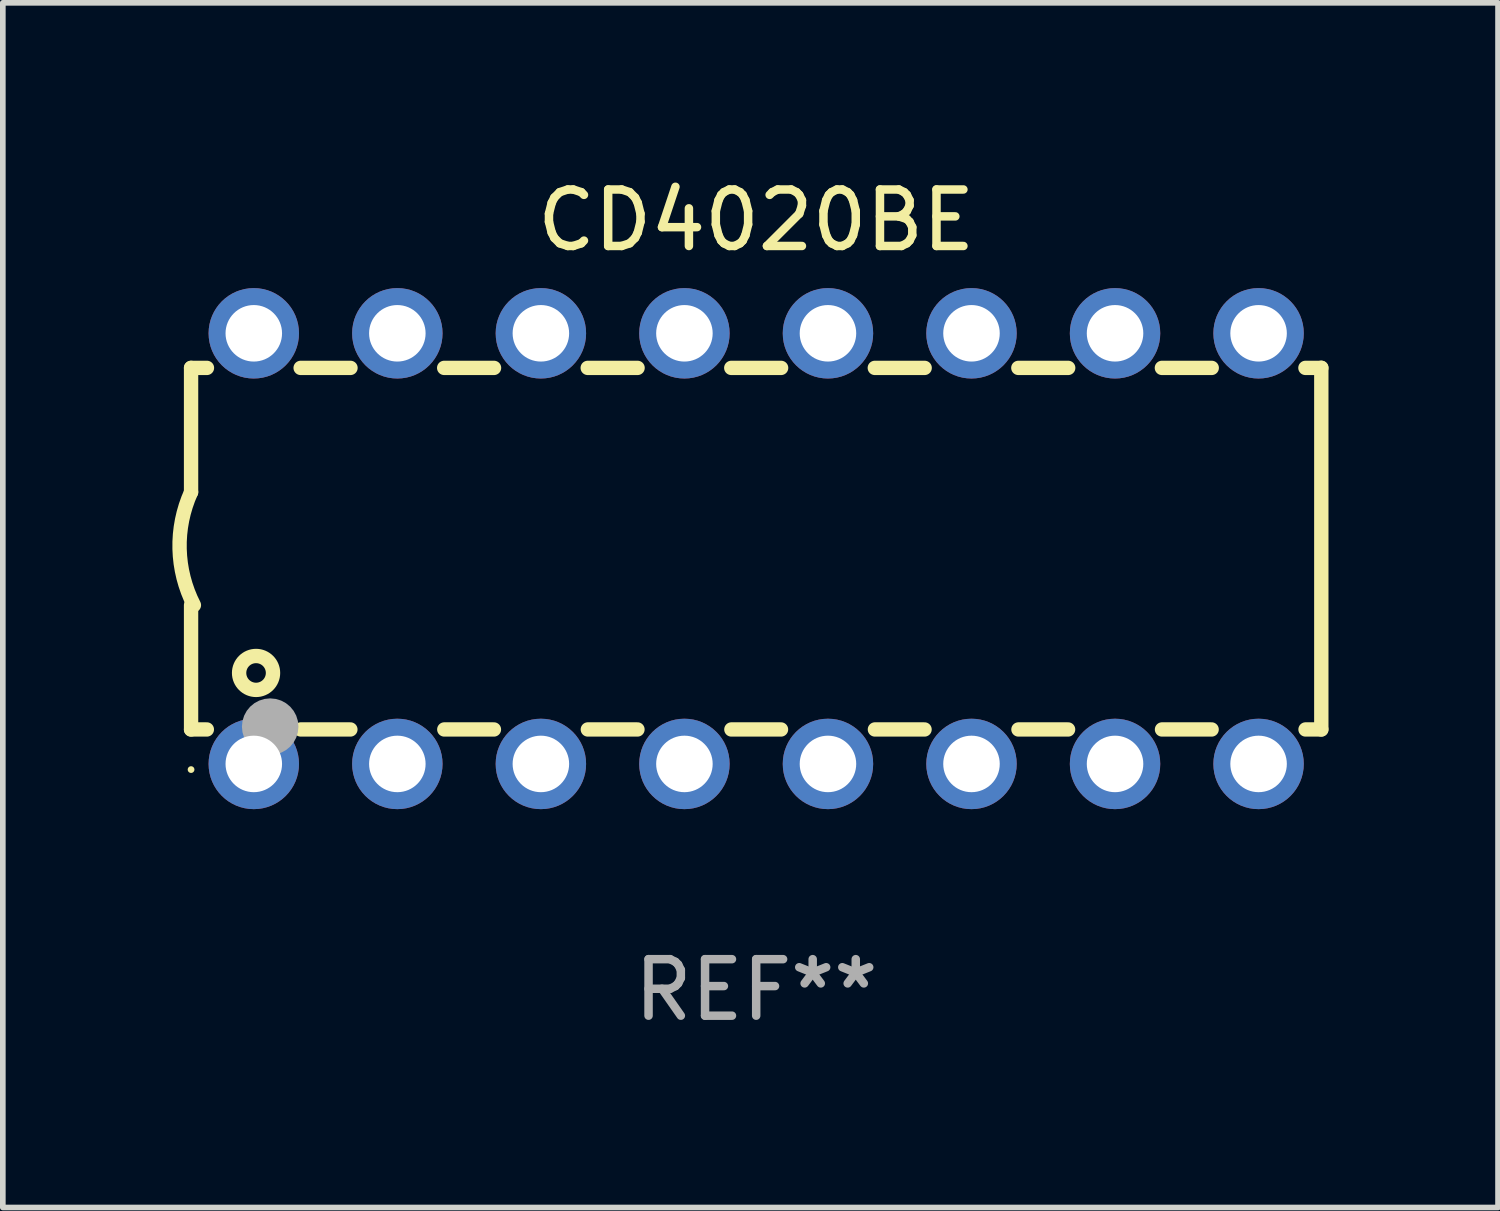
<source format=kicad_pcb>
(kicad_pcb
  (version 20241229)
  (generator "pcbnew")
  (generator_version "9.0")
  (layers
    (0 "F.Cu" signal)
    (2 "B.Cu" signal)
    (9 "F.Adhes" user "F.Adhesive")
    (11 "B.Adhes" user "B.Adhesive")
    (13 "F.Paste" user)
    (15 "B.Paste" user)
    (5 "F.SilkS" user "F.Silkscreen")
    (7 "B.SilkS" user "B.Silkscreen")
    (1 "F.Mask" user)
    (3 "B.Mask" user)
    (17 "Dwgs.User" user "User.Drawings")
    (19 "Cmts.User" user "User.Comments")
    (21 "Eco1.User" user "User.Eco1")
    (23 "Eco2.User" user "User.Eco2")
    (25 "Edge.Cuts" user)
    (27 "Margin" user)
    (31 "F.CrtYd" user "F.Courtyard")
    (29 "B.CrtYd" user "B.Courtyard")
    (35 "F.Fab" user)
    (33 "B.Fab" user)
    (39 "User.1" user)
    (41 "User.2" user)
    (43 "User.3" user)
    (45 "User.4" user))
  (footprint "CD4020BE"
    (layer "F.Cu")
    (at 10.331 6.658)
    (property "Reference" "CD4020BE" (at 0 -5.81 0) (layer "F.SilkS") (effects (font (size 1 1) (thickness 0.15))))
    (attr through_hole)
    (fp_line (start -10 -3.198) (end -9.719 -3.198) (stroke (width 0.254) (type solid)) (layer "F.SilkS"))
    (fp_line (start -10 -0.998) (end -10 -3.198) (stroke (width 0.254) (type solid)) (layer "F.SilkS"))
    (fp_line (start -10 3.2) (end -10 1) (stroke (width 0.254) (type solid)) (layer "F.SilkS"))
    (fp_line (start -10 3.2) (end -9.721 3.2) (stroke (width 0.254) (type solid)) (layer "F.SilkS"))
    (fp_line (start -8.061 -3.198) (end -7.179 -3.198) (stroke (width 0.254) (type solid)) (layer "F.SilkS"))
    (fp_line (start -8.059 3.2) (end -7.181 3.2) (stroke (width 0.254) (type solid)) (layer "F.SilkS"))
    (fp_line (start -5.521 -3.198) (end -4.639 -3.198) (stroke (width 0.254) (type solid)) (layer "F.SilkS"))
    (fp_line (start -5.519 3.2) (end -4.641 3.2) (stroke (width 0.254) (type solid)) (layer "F.SilkS"))
    (fp_line (start -2.981 -3.198) (end -2.099 -3.198) (stroke (width 0.254) (type solid)) (layer "F.SilkS"))
    (fp_line (start -2.979 3.2) (end -2.101 3.2) (stroke (width 0.254) (type solid)) (layer "F.SilkS"))
    (fp_line (start -0.441 -3.198) (end 0.441 -3.198) (stroke (width 0.254) (type solid)) (layer "F.SilkS"))
    (fp_line (start -0.439 3.2) (end 0.439 3.2) (stroke (width 0.254) (type solid)) (layer "F.SilkS"))
    (fp_line (start 2.099 -3.198) (end 2.981 -3.198) (stroke (width 0.254) (type solid)) (layer "F.SilkS"))
    (fp_line (start 2.101 3.2) (end 2.979 3.2) (stroke (width 0.254) (type solid)) (layer "F.SilkS"))
    (fp_line (start 4.639 -3.198) (end 5.521 -3.198) (stroke (width 0.254) (type solid)) (layer "F.SilkS"))
    (fp_line (start 4.641 3.2) (end 5.519 3.2) (stroke (width 0.254) (type solid)) (layer "F.SilkS"))
    (fp_line (start 7.179 -3.198) (end 8.061 -3.198) (stroke (width 0.254) (type solid)) (layer "F.SilkS"))
    (fp_line (start 7.181 3.2) (end 8.059 3.2) (stroke (width 0.254) (type solid)) (layer "F.SilkS"))
    (fp_line (start 9.719 -3.198) (end 10 -3.198) (stroke (width 0.254) (type solid)) (layer "F.SilkS"))
    (fp_line (start 9.721 3.2) (end 10 3.2) (stroke (width 0.254) (type solid)) (layer "F.SilkS"))
    (fp_line (start 10 3.2) (end 10 -3.2) (stroke (width 0.254) (type solid)) (layer "F.SilkS"))
    (fp_arc (start -9.949962 1) (mid -10.203153 0.005709) (end -10 -1) (stroke (width 0.254001) (type solid)) (layer "F.SilkS"))
    (fp_circle (center -10 3.91) (end -9.97 3.91) (stroke (width 0.06) (type solid)) (fill no) (layer "F.SilkS"))
    (fp_circle (center -8.85 2.2) (end -8.55 2.2) (stroke (width 0.254) (type solid)) (fill no) (layer "F.SilkS"))
    (fp_circle (center -8.6 3.15) (end -8.35 3.15) (stroke (width 0.5) (type solid)) (fill no) (layer "F.Fab"))
    (fp_text user "REF**" (at 0 7.81 0) (layer "F.Fab") (effects (font (size 1 1) (thickness 0.15))))
    (pad "1" thru_hole circle (at -8.89 3.81) (size 1.6 1.6) (drill 1) (layers "*.Cu" "*.Mask"))
    (pad "2" thru_hole circle (at -6.35 3.81) (size 1.6 1.6) (drill 1) (layers "*.Cu" "*.Mask"))
    (pad "3" thru_hole circle (at -3.81 3.81) (size 1.6 1.6) (drill 1) (layers "*.Cu" "*.Mask"))
    (pad "4" thru_hole circle (at -1.27 3.81) (size 1.6 1.6) (drill 1) (layers "*.Cu" "*.Mask"))
    (pad "5" thru_hole circle (at 1.27 3.81) (size 1.6 1.6) (drill 1) (layers "*.Cu" "*.Mask"))
    (pad "6" thru_hole circle (at 3.81 3.81) (size 1.6 1.6) (drill 1) (layers "*.Cu" "*.Mask"))
    (pad "7" thru_hole circle (at 6.35 3.81) (size 1.6 1.6) (drill 1) (layers "*.Cu" "*.Mask"))
    (pad "8" thru_hole circle (at 8.89 3.81) (size 1.6 1.6) (drill 1) (layers "*.Cu" "*.Mask"))
    (pad "9" thru_hole circle (at 8.89 -3.81) (size 1.6 1.6) (drill 1) (layers "*.Cu" "*.Mask"))
    (pad "10" thru_hole circle (at 6.35 -3.81) (size 1.6 1.6) (drill 1) (layers "*.Cu" "*.Mask"))
    (pad "11" thru_hole circle (at 3.81 -3.81) (size 1.6 1.6) (drill 1) (layers "*.Cu" "*.Mask"))
    (pad "12" thru_hole circle (at 1.27 -3.81) (size 1.6 1.6) (drill 1) (layers "*.Cu" "*.Mask"))
    (pad "13" thru_hole circle (at -1.27 -3.81) (size 1.6 1.6) (drill 1) (layers "*.Cu" "*.Mask"))
    (pad "14" thru_hole circle (at -3.81 -3.81) (size 1.6 1.6) (drill 1) (layers "*.Cu" "*.Mask"))
    (pad "15" thru_hole circle (at -6.35 -3.81) (size 1.6 1.6) (drill 1) (layers "*.Cu" "*.Mask"))
    (pad "16" thru_hole circle (at -8.89 -3.81) (size 1.6 1.6) (drill 1) (layers "*.Cu" "*.Mask")))
  (gr_rect
    (start -3 -3)
    (end 23.458 18.317)
    (stroke (width 0.1) (type default))
    (fill no)
    (layer "Edge.Cuts")))
</source>
